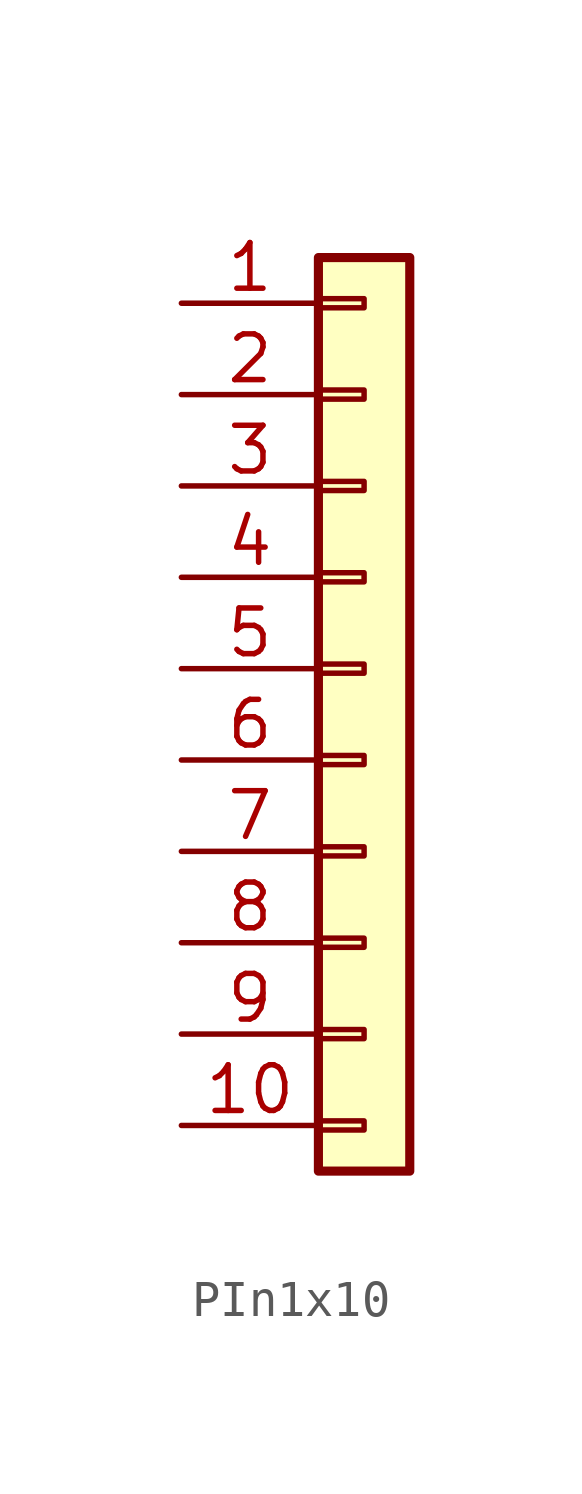
<source format=kicad_sym>
(kicad_symbol_lib
  (version 20241209)
  (generator "kicad_symbol_editor")
  (generator_version "9.0")
  (symbol "PIn1x10"
    (pin_names
      (offset 1.016)
      (hide yes))
    (property "Reference" "J"
      (at 0 12.7 0)
      (effects (font (size 1.27 1.27)) (hide yes)))
    (symbol "PIn1x10_1_1"
      (rectangle (start -1.27 11.43) (end 1.27 -13.97) (stroke (width 0.254) (type default)) (fill (type background)))
      (rectangle (start -1.27 10.287) (end 0 10.033) (stroke (width 0.152) (type default)) (fill (type none)))
      (rectangle (start -1.27 7.747) (end 0 7.493) (stroke (width 0.152) (type default)) (fill (type none)))
      (rectangle (start -1.27 5.207) (end 0 4.953) (stroke (width 0.152) (type default)) (fill (type none)))
      (rectangle (start -1.27 2.667) (end 0 2.413) (stroke (width 0.152) (type default)) (fill (type none)))
      (rectangle (start -1.27 0.127) (end 0 -0.127) (stroke (width 0.152) (type default)) (fill (type none)))
      (rectangle (start -1.27 -2.413) (end 0 -2.667) (stroke (width 0.152) (type default)) (fill (type none)))
      (rectangle (start -1.27 -4.953) (end 0 -5.207) (stroke (width 0.152) (type default)) (fill (type none)))
      (rectangle (start -1.27 -7.493) (end 0 -7.747) (stroke (width 0.152) (type default)) (fill (type none)))
      (rectangle (start -1.27 -10.033) (end 0 -10.287) (stroke (width 0.152) (type default)) (fill (type none)))
      (rectangle (start -1.27 -12.573) (end 0 -12.827) (stroke (width 0.152) (type default)) (fill (type none)))
      (pin passive line (at -5.08 10.16 0) (length 3.81) (name "Pin_1" (effects (font (size 1.27 1.27)))) (number "1" (effects (font (size 1.27 1.27)))))
      (pin passive line (at -5.08 7.62 0) (length 3.81) (name "Pin_2" (effects (font (size 1.27 1.27)))) (number "2" (effects (font (size 1.27 1.27)))))
      (pin passive line (at -5.08 5.08 0) (length 3.81) (name "Pin_3" (effects (font (size 1.27 1.27)))) (number "3" (effects (font (size 1.27 1.27)))))
      (pin passive line (at -5.08 2.54 0) (length 3.81) (name "Pin_4" (effects (font (size 1.27 1.27)))) (number "4" (effects (font (size 1.27 1.27)))))
      (pin passive line (at -5.08 0 0) (length 3.81) (name "Pin_5" (effects (font (size 1.27 1.27)))) (number "5" (effects (font (size 1.27 1.27)))))
      (pin passive line (at -5.08 -2.54 0) (length 3.81) (name "Pin_6" (effects (font (size 1.27 1.27)))) (number "6" (effects (font (size 1.27 1.27)))))
      (pin passive line (at -5.08 -5.08 0) (length 3.81) (name "Pin_7" (effects (font (size 1.27 1.27)))) (number "7" (effects (font (size 1.27 1.27)))))
      (pin passive line (at -5.08 -7.62 0) (length 3.81) (name "Pin_8" (effects (font (size 1.27 1.27)))) (number "8" (effects (font (size 1.27 1.27)))))
      (pin passive line (at -5.08 -10.16 0) (length 3.81) (name "Pin_8" (effects (font (size 1.27 1.27)))) (number "9" (effects (font (size 1.27 1.27)))))
      (pin passive line (at -5.08 -12.7 0) (length 3.81) (name "Pin_8" (effects (font (size 1.27 1.27)))) (number "10" (effects (font (size 1.27 1.27))))))))
</source>
